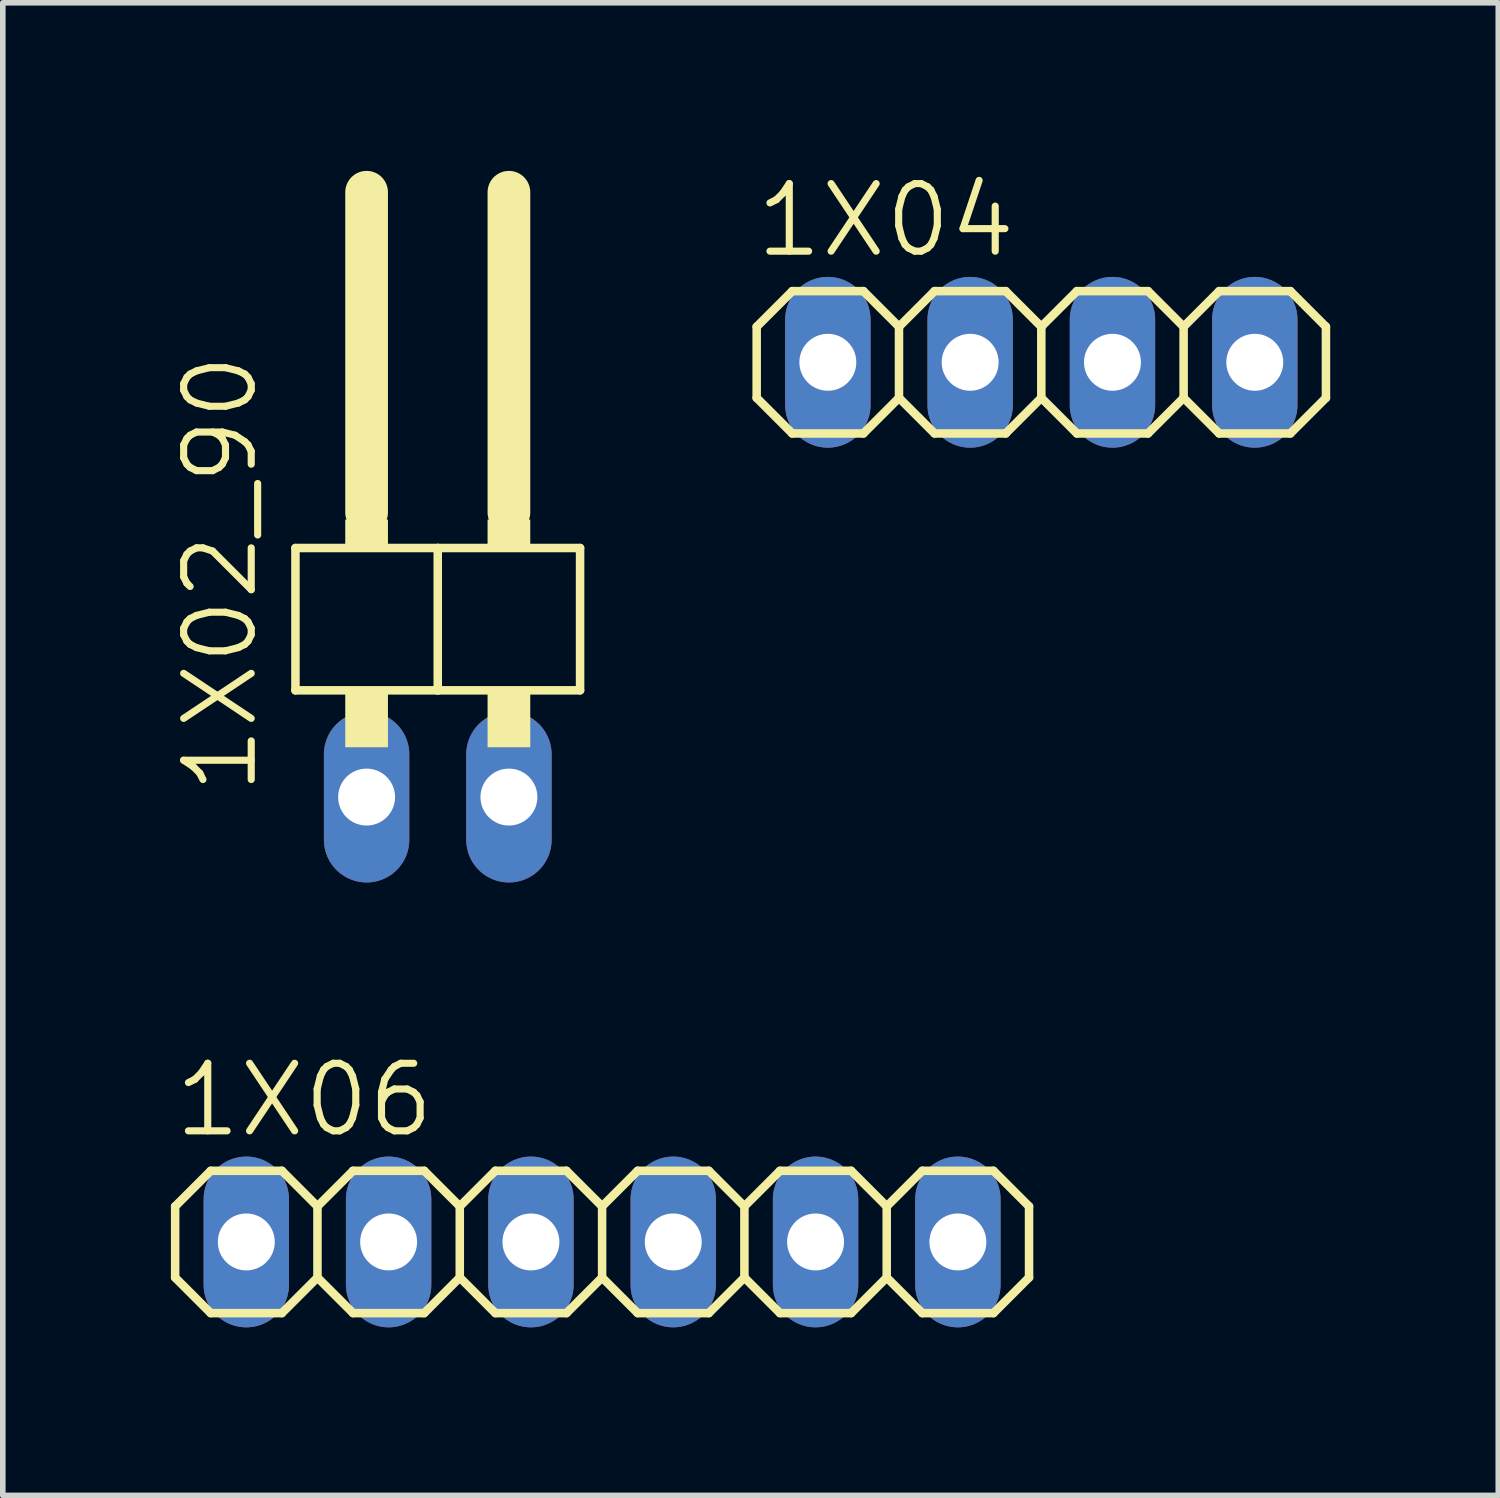
<source format=kicad_pcb>
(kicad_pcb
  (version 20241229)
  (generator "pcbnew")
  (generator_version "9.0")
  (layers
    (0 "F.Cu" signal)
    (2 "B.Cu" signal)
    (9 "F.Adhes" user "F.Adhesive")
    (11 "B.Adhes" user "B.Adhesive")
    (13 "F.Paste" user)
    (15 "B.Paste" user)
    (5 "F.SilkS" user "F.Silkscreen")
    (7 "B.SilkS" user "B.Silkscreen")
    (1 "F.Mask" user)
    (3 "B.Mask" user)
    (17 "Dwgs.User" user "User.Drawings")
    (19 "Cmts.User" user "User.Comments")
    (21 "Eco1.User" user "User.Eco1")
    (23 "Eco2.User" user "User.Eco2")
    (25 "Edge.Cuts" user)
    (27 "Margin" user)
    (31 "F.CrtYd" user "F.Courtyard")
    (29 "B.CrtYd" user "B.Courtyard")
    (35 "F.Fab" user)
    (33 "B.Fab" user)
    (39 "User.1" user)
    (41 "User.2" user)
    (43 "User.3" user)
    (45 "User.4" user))
  (footprint "1X06"
    (layer "F.Cu")
    (at 7.696 19.116)
    (property "Reference" "1X06" (at -7.696 -1.829 0) (layer "F.SilkS") (effects (font (size 1.206 1.206) (thickness 0.127)) (justify left bottom)))
    (attr through_hole)
    (fp_line (start -7.62 -0.635) (end -7.62 0.635) (stroke (width 0.152) (type solid)) (layer "F.SilkS"))
    (fp_line (start -7.62 0.635) (end -6.985 1.27) (stroke (width 0.152) (type solid)) (layer "F.SilkS"))
    (fp_line (start -6.985 -1.27) (end -7.62 -0.635) (stroke (width 0.152) (type solid)) (layer "F.SilkS"))
    (fp_line (start -6.985 -1.27) (end -5.715 -1.27) (stroke (width 0.152) (type solid)) (layer "F.SilkS"))
    (fp_line (start -5.715 -1.27) (end -5.08 -0.635) (stroke (width 0.152) (type solid)) (layer "F.SilkS"))
    (fp_line (start -5.715 1.27) (end -6.985 1.27) (stroke (width 0.152) (type solid)) (layer "F.SilkS"))
    (fp_line (start -5.08 -0.635) (end -5.08 0.635) (stroke (width 0.152) (type solid)) (layer "F.SilkS"))
    (fp_line (start -5.08 -0.635) (end -4.445 -1.27) (stroke (width 0.152) (type solid)) (layer "F.SilkS"))
    (fp_line (start -5.08 0.635) (end -5.715 1.27) (stroke (width 0.152) (type solid)) (layer "F.SilkS"))
    (fp_line (start -4.445 -1.27) (end -3.175 -1.27) (stroke (width 0.152) (type solid)) (layer "F.SilkS"))
    (fp_line (start -4.445 1.27) (end -5.08 0.635) (stroke (width 0.152) (type solid)) (layer "F.SilkS"))
    (fp_line (start -3.175 -1.27) (end -2.54 -0.635) (stroke (width 0.152) (type solid)) (layer "F.SilkS"))
    (fp_line (start -3.175 1.27) (end -4.445 1.27) (stroke (width 0.152) (type solid)) (layer "F.SilkS"))
    (fp_line (start -2.54 -0.635) (end -2.54 0.635) (stroke (width 0.152) (type solid)) (layer "F.SilkS"))
    (fp_line (start -2.54 -0.635) (end -1.905 -1.27) (stroke (width 0.152) (type solid)) (layer "F.SilkS"))
    (fp_line (start -2.54 0.635) (end -3.175 1.27) (stroke (width 0.152) (type solid)) (layer "F.SilkS"))
    (fp_line (start -1.905 -1.27) (end -0.635 -1.27) (stroke (width 0.152) (type solid)) (layer "F.SilkS"))
    (fp_line (start -1.905 1.27) (end -2.54 0.635) (stroke (width 0.152) (type solid)) (layer "F.SilkS"))
    (fp_line (start -0.635 -1.27) (end 0 -0.635) (stroke (width 0.152) (type solid)) (layer "F.SilkS"))
    (fp_line (start -0.635 1.27) (end -1.905 1.27) (stroke (width 0.152) (type solid)) (layer "F.SilkS"))
    (fp_line (start 0 -0.635) (end 0 0.635) (stroke (width 0.152) (type solid)) (layer "F.SilkS"))
    (fp_line (start 0 0.635) (end -0.635 1.27) (stroke (width 0.152) (type solid)) (layer "F.SilkS"))
    (fp_line (start 0 0.635) (end 0.635 1.27) (stroke (width 0.152) (type solid)) (layer "F.SilkS"))
    (fp_line (start 0.635 -1.27) (end 0 -0.635) (stroke (width 0.152) (type solid)) (layer "F.SilkS"))
    (fp_line (start 0.635 -1.27) (end 1.905 -1.27) (stroke (width 0.152) (type solid)) (layer "F.SilkS"))
    (fp_line (start 1.905 -1.27) (end 2.54 -0.635) (stroke (width 0.152) (type solid)) (layer "F.SilkS"))
    (fp_line (start 1.905 1.27) (end 0.635 1.27) (stroke (width 0.152) (type solid)) (layer "F.SilkS"))
    (fp_line (start 2.54 -0.635) (end 2.54 0.635) (stroke (width 0.152) (type solid)) (layer "F.SilkS"))
    (fp_line (start 2.54 -0.635) (end 3.175 -1.27) (stroke (width 0.152) (type solid)) (layer "F.SilkS"))
    (fp_line (start 2.54 0.635) (end 1.905 1.27) (stroke (width 0.152) (type solid)) (layer "F.SilkS"))
    (fp_line (start 3.175 -1.27) (end 4.445 -1.27) (stroke (width 0.152) (type solid)) (layer "F.SilkS"))
    (fp_line (start 3.175 1.27) (end 2.54 0.635) (stroke (width 0.152) (type solid)) (layer "F.SilkS"))
    (fp_line (start 4.445 -1.27) (end 5.08 -0.635) (stroke (width 0.152) (type solid)) (layer "F.SilkS"))
    (fp_line (start 4.445 1.27) (end 3.175 1.27) (stroke (width 0.152) (type solid)) (layer "F.SilkS"))
    (fp_line (start 5.08 -0.635) (end 5.08 0.635) (stroke (width 0.152) (type solid)) (layer "F.SilkS"))
    (fp_line (start 5.08 0.635) (end 4.445 1.27) (stroke (width 0.152) (type solid)) (layer "F.SilkS"))
    (fp_line (start 5.08 0.635) (end 5.715 1.27) (stroke (width 0.152) (type solid)) (layer "F.SilkS"))
    (fp_line (start 5.715 -1.27) (end 5.08 -0.635) (stroke (width 0.152) (type solid)) (layer "F.SilkS"))
    (fp_line (start 5.715 -1.27) (end 6.985 -1.27) (stroke (width 0.152) (type solid)) (layer "F.SilkS"))
    (fp_line (start 6.985 -1.27) (end 7.62 -0.635) (stroke (width 0.152) (type solid)) (layer "F.SilkS"))
    (fp_line (start 6.985 1.27) (end 5.715 1.27) (stroke (width 0.152) (type solid)) (layer "F.SilkS"))
    (fp_line (start 7.62 -0.635) (end 7.62 0.635) (stroke (width 0.152) (type solid)) (layer "F.SilkS"))
    (fp_line (start 7.62 0.635) (end 6.985 1.27) (stroke (width 0.152) (type solid)) (layer "F.SilkS"))
    (fp_poly (pts (xy -6.604 0.254) (xy -6.096 0.254) (xy -6.096 -0.254) (xy -6.604 -0.254)) (stroke (width 0.1) (type solid)) (fill no) (layer "F.Fab"))
    (fp_poly (pts (xy -4.064 0.254) (xy -3.556 0.254) (xy -3.556 -0.254) (xy -4.064 -0.254)) (stroke (width 0.1) (type solid)) (fill no) (layer "F.Fab"))
    (fp_poly (pts (xy -1.524 0.254) (xy -1.016 0.254) (xy -1.016 -0.254) (xy -1.524 -0.254)) (stroke (width 0.1) (type solid)) (fill no) (layer "F.Fab"))
    (fp_poly (pts (xy 1.016 0.254) (xy 1.524 0.254) (xy 1.524 -0.254) (xy 1.016 -0.254)) (stroke (width 0.1) (type solid)) (fill no) (layer "F.Fab"))
    (fp_poly (pts (xy 3.556 0.254) (xy 4.064 0.254) (xy 4.064 -0.254) (xy 3.556 -0.254)) (stroke (width 0.1) (type solid)) (fill no) (layer "F.Fab"))
    (fp_poly (pts (xy 6.096 0.254) (xy 6.604 0.254) (xy 6.604 -0.254) (xy 6.096 -0.254)) (stroke (width 0.1) (type solid)) (fill no) (layer "F.Fab"))
    (pad "1" thru_hole oval (at -6.35 0 90) (size 3.048 1.524) (drill 1.016) (layers "*.Cu" "*.Mask"))
    (pad "2" thru_hole oval (at -3.81 0 90) (size 3.048 1.524) (drill 1.016) (layers "*.Cu" "*.Mask"))
    (pad "3" thru_hole oval (at -1.27 0 90) (size 3.048 1.524) (drill 1.016) (layers "*.Cu" "*.Mask"))
    (pad "4" thru_hole oval (at 1.27 0 90) (size 3.048 1.524) (drill 1.016) (layers "*.Cu" "*.Mask"))
    (pad "5" thru_hole oval (at 3.81 0 90) (size 3.048 1.524) (drill 1.016) (layers "*.Cu" "*.Mask"))
    (pad "6" thru_hole oval (at 6.35 0 90) (size 3.048 1.524) (drill 1.016) (layers "*.Cu" "*.Mask")))
  (footprint "1X02_90"
    (layer "F.Cu")
    (at 4.763 7.366)
    (property "Reference" "1X02_90" (at -3.175 3.81 90) (layer "F.SilkS") (effects (font (size 1.206 1.206) (thickness 0.127)) (justify left bottom)))
    (attr through_hole)
    (fp_line (start -2.54 -0.635) (end -2.54 1.905) (stroke (width 0.152) (type solid)) (layer "F.SilkS"))
    (fp_line (start -2.54 1.905) (end 0 1.905) (stroke (width 0.152) (type solid)) (layer "F.SilkS"))
    (fp_line (start -1.27 -6.985) (end -1.27 -1.27) (stroke (width 0.762) (type solid)) (layer "F.SilkS"))
    (fp_line (start 0 -0.635) (end -2.54 -0.635) (stroke (width 0.152) (type solid)) (layer "F.SilkS"))
    (fp_line (start 0 1.905) (end 0 -0.635) (stroke (width 0.152) (type solid)) (layer "F.SilkS"))
    (fp_line (start 0 1.905) (end 2.54 1.905) (stroke (width 0.152) (type solid)) (layer "F.SilkS"))
    (fp_line (start 1.27 -6.985) (end 1.27 -1.27) (stroke (width 0.762) (type solid)) (layer "F.SilkS"))
    (fp_line (start 2.54 -0.635) (end 0 -0.635) (stroke (width 0.152) (type solid)) (layer "F.SilkS"))
    (fp_line (start 2.54 1.905) (end 2.54 -0.635) (stroke (width 0.152) (type solid)) (layer "F.SilkS"))
    (fp_poly (pts (xy -1.651 -0.635) (xy -0.889 -0.635) (xy -0.889 -1.143) (xy -1.651 -1.143)) (stroke (width 0) (type solid)) (fill yes) (layer "F.SilkS"))
    (fp_poly (pts (xy -1.651 2.921) (xy -0.889 2.921) (xy -0.889 1.905) (xy -1.651 1.905)) (stroke (width 0) (type solid)) (fill yes) (layer "F.SilkS"))
    (fp_poly (pts (xy 0.889 -0.635) (xy 1.651 -0.635) (xy 1.651 -1.143) (xy 0.889 -1.143)) (stroke (width 0) (type solid)) (fill yes) (layer "F.SilkS"))
    (fp_poly (pts (xy 0.889 2.921) (xy 1.651 2.921) (xy 1.651 1.905) (xy 0.889 1.905)) (stroke (width 0) (type solid)) (fill yes) (layer "F.SilkS"))
    (pad "1" thru_hole oval (at -1.27 3.81 90) (size 3.048 1.524) (drill 1.016) (layers "*.Cu" "*.Mask"))
    (pad "2" thru_hole oval (at 1.27 3.81 90) (size 3.048 1.524) (drill 1.016) (layers "*.Cu" "*.Mask")))
  (footprint "1X04"
    (layer "F.Cu")
    (at 15.535 3.416)
    (property "Reference" "1X04" (at -5.156 -1.829 0) (layer "F.SilkS") (effects (font (size 1.206 1.206) (thickness 0.127)) (justify left bottom)))
    (attr through_hole)
    (fp_line (start -5.08 -0.635) (end -5.08 0.635) (stroke (width 0.152) (type solid)) (layer "F.SilkS"))
    (fp_line (start -5.08 0.635) (end -4.445 1.27) (stroke (width 0.152) (type solid)) (layer "F.SilkS"))
    (fp_line (start -4.445 -1.27) (end -5.08 -0.635) (stroke (width 0.152) (type solid)) (layer "F.SilkS"))
    (fp_line (start -4.445 -1.27) (end -3.175 -1.27) (stroke (width 0.152) (type solid)) (layer "F.SilkS"))
    (fp_line (start -3.175 -1.27) (end -2.54 -0.635) (stroke (width 0.152) (type solid)) (layer "F.SilkS"))
    (fp_line (start -3.175 1.27) (end -4.445 1.27) (stroke (width 0.152) (type solid)) (layer "F.SilkS"))
    (fp_line (start -2.54 -0.635) (end -2.54 0.635) (stroke (width 0.152) (type solid)) (layer "F.SilkS"))
    (fp_line (start -2.54 -0.635) (end -1.905 -1.27) (stroke (width 0.152) (type solid)) (layer "F.SilkS"))
    (fp_line (start -2.54 0.635) (end -3.175 1.27) (stroke (width 0.152) (type solid)) (layer "F.SilkS"))
    (fp_line (start -1.905 -1.27) (end -0.635 -1.27) (stroke (width 0.152) (type solid)) (layer "F.SilkS"))
    (fp_line (start -1.905 1.27) (end -2.54 0.635) (stroke (width 0.152) (type solid)) (layer "F.SilkS"))
    (fp_line (start -0.635 -1.27) (end 0 -0.635) (stroke (width 0.152) (type solid)) (layer "F.SilkS"))
    (fp_line (start -0.635 1.27) (end -1.905 1.27) (stroke (width 0.152) (type solid)) (layer "F.SilkS"))
    (fp_line (start 0 -0.635) (end 0 0.635) (stroke (width 0.152) (type solid)) (layer "F.SilkS"))
    (fp_line (start 0 -0.635) (end 0.635 -1.27) (stroke (width 0.152) (type solid)) (layer "F.SilkS"))
    (fp_line (start 0 0.635) (end -0.635 1.27) (stroke (width 0.152) (type solid)) (layer "F.SilkS"))
    (fp_line (start 0.635 -1.27) (end 1.905 -1.27) (stroke (width 0.152) (type solid)) (layer "F.SilkS"))
    (fp_line (start 0.635 1.27) (end 0 0.635) (stroke (width 0.152) (type solid)) (layer "F.SilkS"))
    (fp_line (start 1.905 -1.27) (end 2.54 -0.635) (stroke (width 0.152) (type solid)) (layer "F.SilkS"))
    (fp_line (start 1.905 1.27) (end 0.635 1.27) (stroke (width 0.152) (type solid)) (layer "F.SilkS"))
    (fp_line (start 2.54 -0.635) (end 2.54 0.635) (stroke (width 0.152) (type solid)) (layer "F.SilkS"))
    (fp_line (start 2.54 0.635) (end 1.905 1.27) (stroke (width 0.152) (type solid)) (layer "F.SilkS"))
    (fp_line (start 2.54 0.635) (end 3.175 1.27) (stroke (width 0.152) (type solid)) (layer "F.SilkS"))
    (fp_line (start 3.175 -1.27) (end 2.54 -0.635) (stroke (width 0.152) (type solid)) (layer "F.SilkS"))
    (fp_line (start 3.175 -1.27) (end 4.445 -1.27) (stroke (width 0.152) (type solid)) (layer "F.SilkS"))
    (fp_line (start 4.445 -1.27) (end 5.08 -0.635) (stroke (width 0.152) (type solid)) (layer "F.SilkS"))
    (fp_line (start 4.445 1.27) (end 3.175 1.27) (stroke (width 0.152) (type solid)) (layer "F.SilkS"))
    (fp_line (start 5.08 -0.635) (end 5.08 0.635) (stroke (width 0.152) (type solid)) (layer "F.SilkS"))
    (fp_line (start 5.08 0.635) (end 4.445 1.27) (stroke (width 0.152) (type solid)) (layer "F.SilkS"))
    (fp_poly (pts (xy -4.064 0.254) (xy -3.556 0.254) (xy -3.556 -0.254) (xy -4.064 -0.254)) (stroke (width 0.1) (type solid)) (fill no) (layer "F.Fab"))
    (fp_poly (pts (xy -1.524 0.254) (xy -1.016 0.254) (xy -1.016 -0.254) (xy -1.524 -0.254)) (stroke (width 0.1) (type solid)) (fill no) (layer "F.Fab"))
    (fp_poly (pts (xy 1.016 0.254) (xy 1.524 0.254) (xy 1.524 -0.254) (xy 1.016 -0.254)) (stroke (width 0.1) (type solid)) (fill no) (layer "F.Fab"))
    (fp_poly (pts (xy 3.556 0.254) (xy 4.064 0.254) (xy 4.064 -0.254) (xy 3.556 -0.254)) (stroke (width 0.1) (type solid)) (fill no) (layer "F.Fab"))
    (pad "1" thru_hole oval (at -3.81 0 90) (size 3.048 1.524) (drill 1.016) (layers "*.Cu" "*.Mask"))
    (pad "2" thru_hole oval (at -1.27 0 90) (size 3.048 1.524) (drill 1.016) (layers "*.Cu" "*.Mask"))
    (pad "3" thru_hole oval (at 1.27 0 90) (size 3.048 1.524) (drill 1.016) (layers "*.Cu" "*.Mask"))
    (pad "4" thru_hole oval (at 3.81 0 90) (size 3.048 1.524) (drill 1.016) (layers "*.Cu" "*.Mask")))
  (gr_rect
    (start -3 -3)
    (end 23.691 23.64)
    (stroke (width 0.1) (type default))
    (fill no)
    (layer "Edge.Cuts")))
</source>
